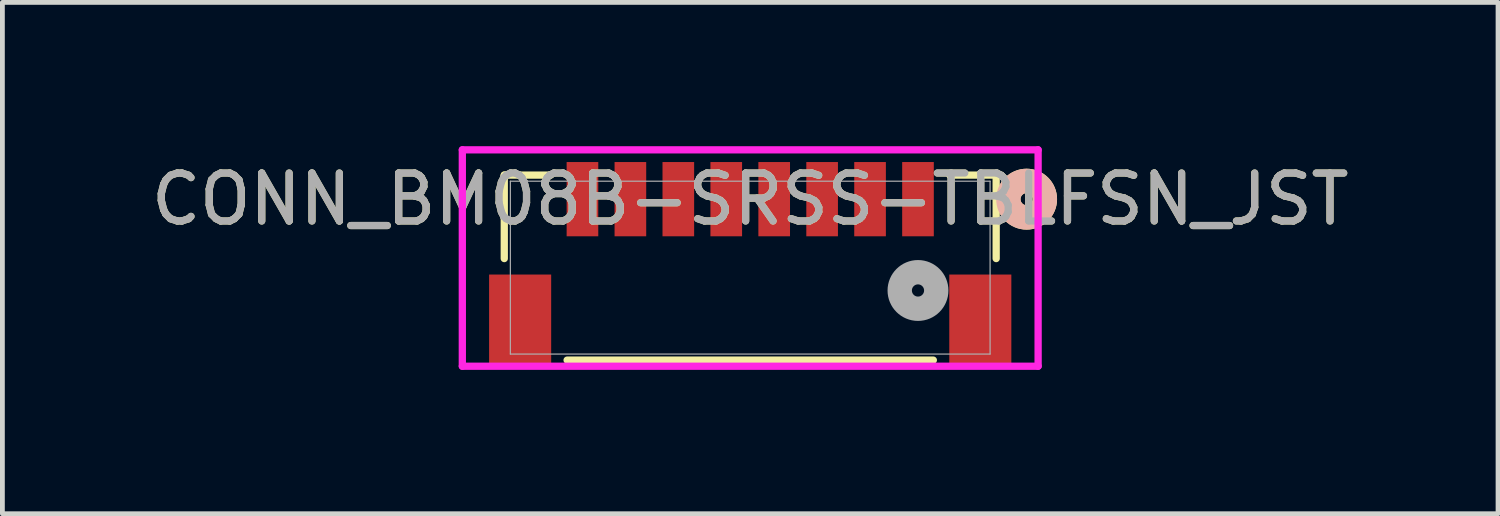
<source format=kicad_pcb>
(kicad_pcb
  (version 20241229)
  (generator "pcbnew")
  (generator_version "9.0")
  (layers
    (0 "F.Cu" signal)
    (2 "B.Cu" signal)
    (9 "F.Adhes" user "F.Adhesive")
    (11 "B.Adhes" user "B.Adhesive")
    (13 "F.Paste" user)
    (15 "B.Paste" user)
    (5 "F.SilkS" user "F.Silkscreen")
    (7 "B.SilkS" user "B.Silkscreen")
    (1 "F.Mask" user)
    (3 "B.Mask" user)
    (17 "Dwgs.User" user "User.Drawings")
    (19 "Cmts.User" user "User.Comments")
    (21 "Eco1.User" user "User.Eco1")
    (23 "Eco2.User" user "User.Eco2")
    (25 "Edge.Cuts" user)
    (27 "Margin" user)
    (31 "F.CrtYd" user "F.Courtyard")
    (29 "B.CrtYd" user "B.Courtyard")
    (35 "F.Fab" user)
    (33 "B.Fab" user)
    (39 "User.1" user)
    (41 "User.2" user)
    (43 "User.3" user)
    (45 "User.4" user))
  (footprint "CONN_BM08B-SRSS-TBLFSN_JST"
    (layer "F.Cu")
    (at 12.601 2.533)
    (property "Reference" "CONN_BM08B-SRSS-TBLFSN_JST" (at 0 -1.428 0) (unlocked yes) (layer "F.SilkS") (effects (font (size 1 1) (thickness 0.15))))
    (attr smd)
    (fp_line (start -5.131 -1.93) (end -5.131 -0.189) (stroke (width 0.152) (type solid)) (layer "F.SilkS"))
    (fp_line (start -4.163 -1.93) (end -5.131 -1.93) (stroke (width 0.152) (type solid)) (layer "F.SilkS"))
    (fp_line (start -3.82 1.93) (end 3.82 1.93) (stroke (width 0.152) (type solid)) (layer "F.SilkS"))
    (fp_line (start 5.131 -1.93) (end 4.163 -1.93) (stroke (width 0.152) (type solid)) (layer "F.SilkS"))
    (fp_line (start 5.131 -0.189) (end 5.131 -1.93) (stroke (width 0.152) (type solid)) (layer "F.SilkS"))
    (fp_circle (center 5.766 -1.428) (end 6.147 -1.428) (stroke (width 0.508) (type solid)) (fill no) (layer "F.SilkS"))
    (fp_circle (center 5.766 -1.428) (end 6.147 -1.428) (stroke (width 0.508) (type solid)) (fill no) (layer "B.SilkS"))
    (fp_line (start -6.006 -2.457) (end -6.006 2.057) (stroke (width 0.152) (type solid)) (layer "F.CrtYd"))
    (fp_line (start -6.006 2.057) (end 6.006 2.057) (stroke (width 0.152) (type solid)) (layer "F.CrtYd"))
    (fp_line (start 6.006 -2.457) (end -6.006 -2.457) (stroke (width 0.152) (type solid)) (layer "F.CrtYd"))
    (fp_line (start 6.006 2.057) (end 6.006 -2.457) (stroke (width 0.152) (type solid)) (layer "F.CrtYd"))
    (fp_line (start -5.004 -1.803) (end -5.004 1.803) (stroke (width 0.025) (type solid)) (layer "F.Fab"))
    (fp_line (start -5.004 1.803) (end 5.004 1.803) (stroke (width 0.025) (type solid)) (layer "F.Fab"))
    (fp_line (start 5.004 -1.803) (end -5.004 -1.803) (stroke (width 0.025) (type solid)) (layer "F.Fab"))
    (fp_line (start 5.004 1.803) (end 5.004 -1.803) (stroke (width 0.025) (type solid)) (layer "F.Fab"))
    (fp_circle (center 3.5 0.477) (end 3.881 0.477) (stroke (width 0.508) (type solid)) (fill no) (layer "F.Fab"))
    (fp_text user "${REFERENCE}" (at 0 -1.428 0) (unlocked yes) (layer "F.Fab") (effects (font (size 1 1) (thickness 0.15))))
    (pad "1" smd rect (at 3.5 -1.428) (size 0.66 1.549) (layers "F.Cu" "F.Mask" "F.Paste"))
    (pad "2" smd rect (at 2.5 -1.428) (size 0.66 1.549) (layers "F.Cu" "F.Mask" "F.Paste"))
    (pad "3" smd rect (at 1.5 -1.428) (size 0.66 1.549) (layers "F.Cu" "F.Mask" "F.Paste"))
    (pad "4" smd rect (at 0.5 -1.428) (size 0.66 1.549) (layers "F.Cu" "F.Mask" "F.Paste"))
    (pad "5" smd rect (at -0.5 -1.428) (size 0.66 1.549) (layers "F.Cu" "F.Mask" "F.Paste"))
    (pad "6" smd rect (at -1.5 -1.428) (size 0.66 1.549) (layers "F.Cu" "F.Mask" "F.Paste"))
    (pad "7" smd rect (at -2.5 -1.428) (size 0.66 1.549) (layers "F.Cu" "F.Mask" "F.Paste"))
    (pad "8" smd rect (at -3.5 -1.428) (size 0.66 1.549) (layers "F.Cu" "F.Mask" "F.Paste"))
    (pad "9" smd rect (at -4.8 1.097 90) (size 1.905 1.295) (layers "F.Cu" "F.Mask" "F.Paste"))
    (pad "10" smd rect (at 4.8 1.097 90) (size 1.905 1.295) (layers "F.Cu" "F.Mask" "F.Paste")))
  (gr_rect
    (start -3 -3)
    (end 28.202 7.667)
    (stroke (width 0.1) (type default))
    (fill no)
    (layer "Edge.Cuts")))
</source>
